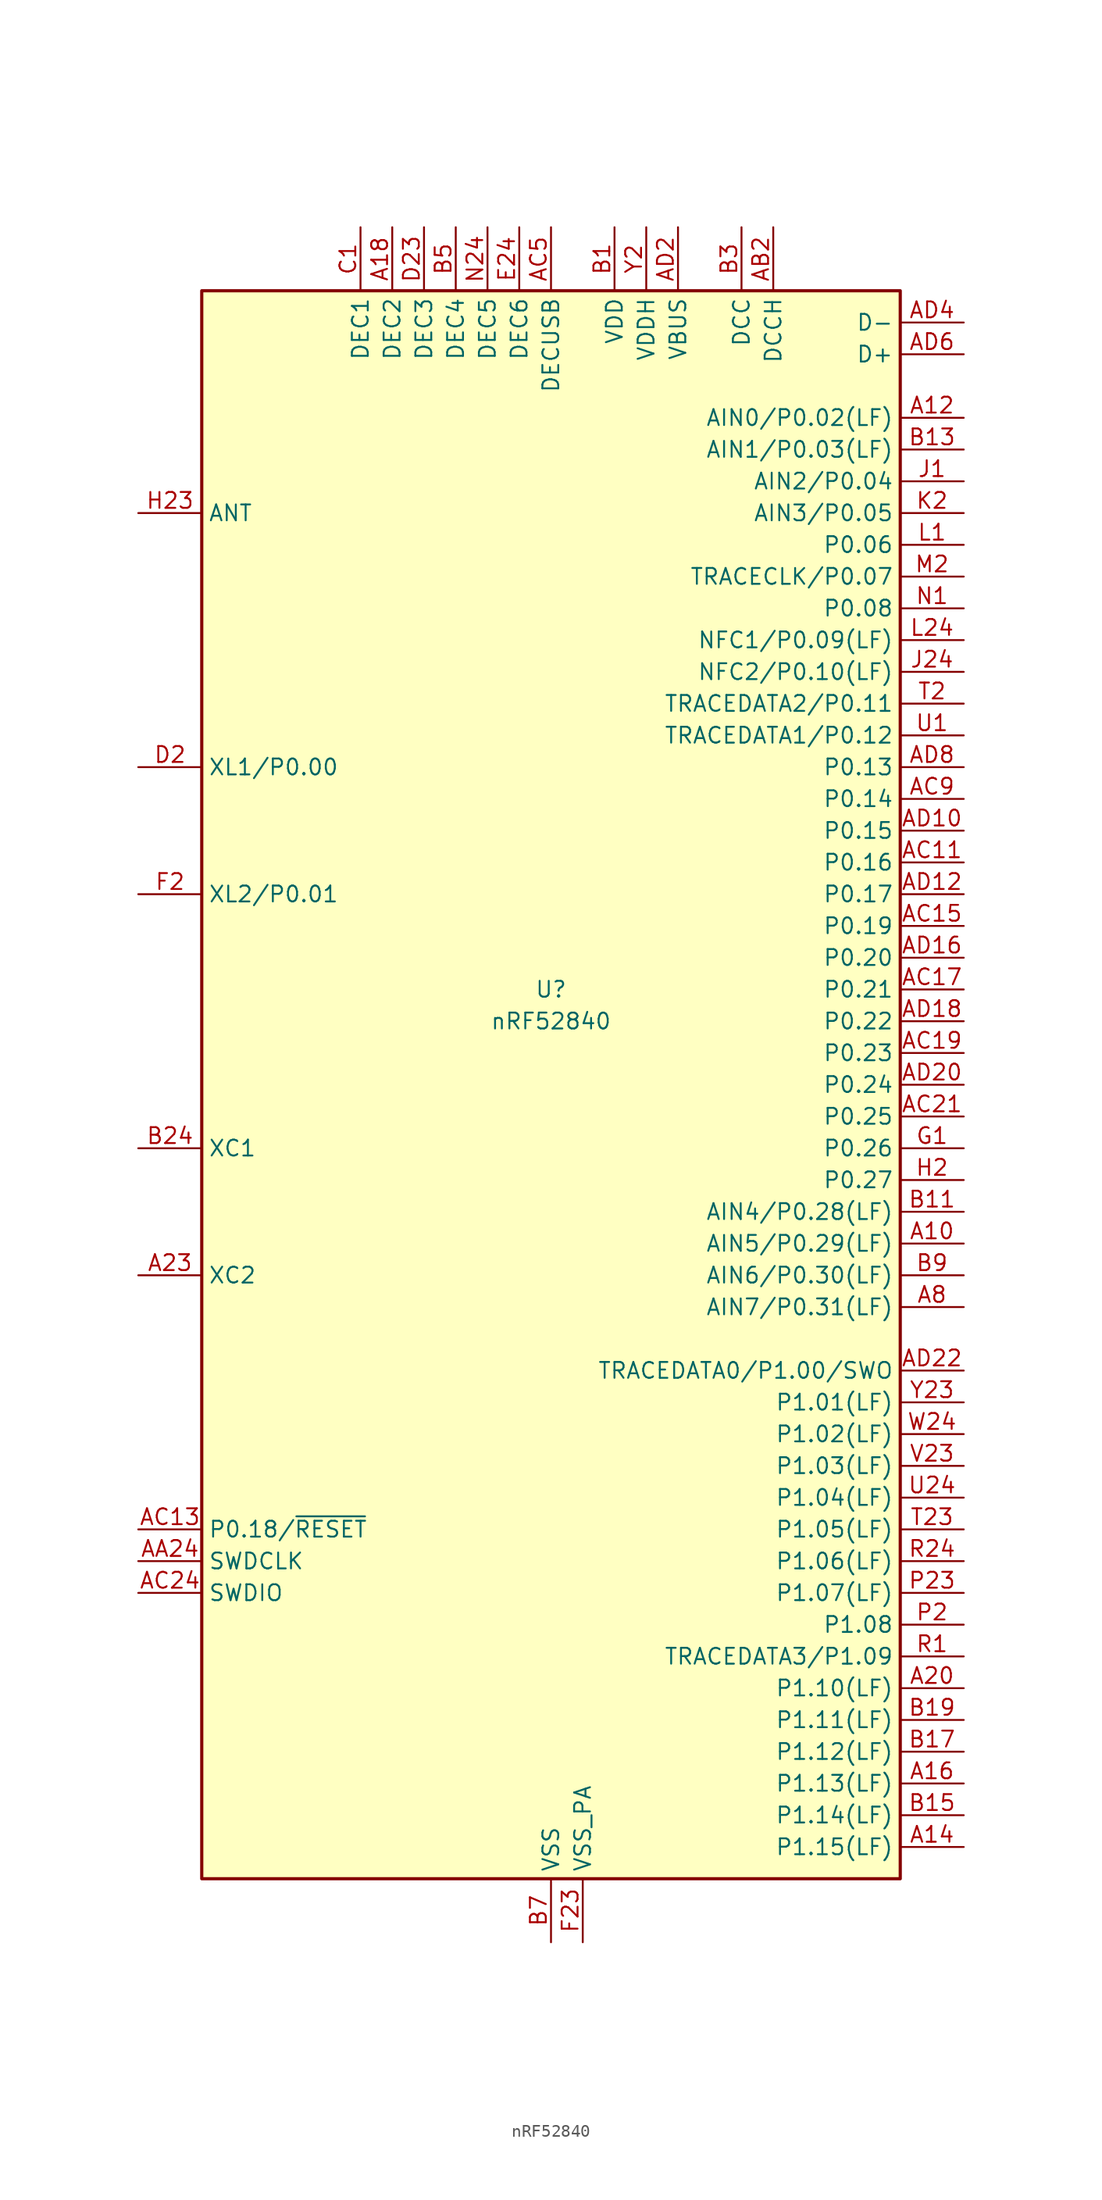
<source format=kicad_sym>
(kicad_symbol_lib
  (version 20220914)
  (generator kicad_symbol_editor)
  (symbol "nRF52840"
    (property "Reference" "U"
      (at 0 7.62 0)
      (effects (font (size 1.27 1.27))))
    (property "Value" "nRF52840"
      (at 0 5.08 0)
      (effects (font (size 1.27 1.27))))
    (symbol "nRF52840_0_1"
      (rectangle (start -27.94 63.5) (end 27.94 -63.5) (stroke (width 0.254) (type default)) (fill (type background))))
    (symbol "nRF52840_1_1"
      (pin bidirectional line (at 33.02 -12.7 180) (length 5.08) (name "AIN5/P0.29(LF)" (effects (font (size 1.27 1.27)))) (number "A10" (effects (font (size 1.27 1.27)))))
      (pin bidirectional line (at 33.02 53.34 180) (length 5.08) (name "AIN0/P0.02(LF)" (effects (font (size 1.27 1.27)))) (number "A12" (effects (font (size 1.27 1.27)))))
      (pin bidirectional line (at 33.02 -60.96 180) (length 5.08) (name "P1.15(LF)" (effects (font (size 1.27 1.27)))) (number "A14" (effects (font (size 1.27 1.27)))))
      (pin bidirectional line (at 33.02 -55.88 180) (length 5.08) (name "P1.13(LF)" (effects (font (size 1.27 1.27)))) (number "A16" (effects (font (size 1.27 1.27)))))
      (pin passive line (at -12.7 68.58 270) (length 5.08) (name "DEC2" (effects (font (size 1.27 1.27)))) (number "A18" (effects (font (size 1.27 1.27)))))
      (pin bidirectional line (at 33.02 -48.26 180) (length 5.08) (name "P1.10(LF)" (effects (font (size 1.27 1.27)))) (number "A20" (effects (font (size 1.27 1.27)))))
      (pin passive line (at 5.08 68.58 270) (length 5.08) hide (name "VDD" (effects (font (size 1.27 1.27)))) (number "A22" (effects (font (size 1.27 1.27)))))
      (pin input line (at -33.02 -15.24 0) (length 5.08) (name "XC2" (effects (font (size 1.27 1.27)))) (number "A23" (effects (font (size 1.27 1.27)))))
      (pin bidirectional line (at 33.02 -17.78 180) (length 5.08) (name "AIN7/P0.31(LF)" (effects (font (size 1.27 1.27)))) (number "A8" (effects (font (size 1.27 1.27)))))
      (pin input line (at -33.02 -38.1 0) (length 5.08) (name "SWDCLK" (effects (font (size 1.27 1.27)))) (number "AA24" (effects (font (size 1.27 1.27)))))
      (pin power_out line (at 17.78 68.58 270) (length 5.08) (name "DCCH" (effects (font (size 1.27 1.27)))) (number "AB2" (effects (font (size 1.27 1.27)))))
      (pin bidirectional line (at 33.02 17.78 180) (length 5.08) (name "P0.16" (effects (font (size 1.27 1.27)))) (number "AC11" (effects (font (size 1.27 1.27)))))
      (pin bidirectional line (at -33.02 -35.56 0) (length 5.08) (name "P0.18/~{RESET}" (effects (font (size 1.27 1.27)))) (number "AC13" (effects (font (size 1.27 1.27)))))
      (pin bidirectional line (at 33.02 12.7 180) (length 5.08) (name "P0.19" (effects (font (size 1.27 1.27)))) (number "AC15" (effects (font (size 1.27 1.27)))))
      (pin bidirectional line (at 33.02 7.62 180) (length 5.08) (name "P0.21" (effects (font (size 1.27 1.27)))) (number "AC17" (effects (font (size 1.27 1.27)))))
      (pin bidirectional line (at 33.02 2.54 180) (length 5.08) (name "P0.23" (effects (font (size 1.27 1.27)))) (number "AC19" (effects (font (size 1.27 1.27)))))
      (pin bidirectional line (at 33.02 -2.54 180) (length 5.08) (name "P0.25" (effects (font (size 1.27 1.27)))) (number "AC21" (effects (font (size 1.27 1.27)))))
      (pin bidirectional line (at -33.02 -40.64 0) (length 5.08) (name "SWDIO" (effects (font (size 1.27 1.27)))) (number "AC24" (effects (font (size 1.27 1.27)))))
      (pin passive line (at 0 68.58 270) (length 5.08) (name "DECUSB" (effects (font (size 1.27 1.27)))) (number "AC5" (effects (font (size 1.27 1.27)))))
      (pin bidirectional line (at 33.02 22.86 180) (length 5.08) (name "P0.14" (effects (font (size 1.27 1.27)))) (number "AC9" (effects (font (size 1.27 1.27)))))
      (pin bidirectional line (at 33.02 20.32 180) (length 5.08) (name "P0.15" (effects (font (size 1.27 1.27)))) (number "AD10" (effects (font (size 1.27 1.27)))))
      (pin bidirectional line (at 33.02 15.24 180) (length 5.08) (name "P0.17" (effects (font (size 1.27 1.27)))) (number "AD12" (effects (font (size 1.27 1.27)))))
      (pin passive line (at 5.08 68.58 270) (length 5.08) hide (name "VDD" (effects (font (size 1.27 1.27)))) (number "AD14" (effects (font (size 1.27 1.27)))))
      (pin bidirectional line (at 33.02 10.16 180) (length 5.08) (name "P0.20" (effects (font (size 1.27 1.27)))) (number "AD16" (effects (font (size 1.27 1.27)))))
      (pin bidirectional line (at 33.02 5.08 180) (length 5.08) (name "P0.22" (effects (font (size 1.27 1.27)))) (number "AD18" (effects (font (size 1.27 1.27)))))
      (pin power_in line (at 10.16 68.58 270) (length 5.08) (name "VBUS" (effects (font (size 1.27 1.27)))) (number "AD2" (effects (font (size 1.27 1.27)))))
      (pin bidirectional line (at 33.02 0 180) (length 5.08) (name "P0.24" (effects (font (size 1.27 1.27)))) (number "AD20" (effects (font (size 1.27 1.27)))))
      (pin bidirectional line (at 33.02 -22.86 180) (length 5.08) (name "TRACEDATA0/P1.00/SWO" (effects (font (size 1.27 1.27)))) (number "AD22" (effects (font (size 1.27 1.27)))))
      (pin passive line (at 5.08 68.58 270) (length 5.08) hide (name "VDD" (effects (font (size 1.27 1.27)))) (number "AD23" (effects (font (size 1.27 1.27)))))
      (pin bidirectional line (at 33.02 60.96 180) (length 5.08) (name "D-" (effects (font (size 1.27 1.27)))) (number "AD4" (effects (font (size 1.27 1.27)))))
      (pin bidirectional line (at 33.02 58.42 180) (length 5.08) (name "D+" (effects (font (size 1.27 1.27)))) (number "AD6" (effects (font (size 1.27 1.27)))))
      (pin bidirectional line (at 33.02 25.4 180) (length 5.08) (name "P0.13" (effects (font (size 1.27 1.27)))) (number "AD8" (effects (font (size 1.27 1.27)))))
      (pin power_in line (at 5.08 68.58 270) (length 5.08) (name "VDD" (effects (font (size 1.27 1.27)))) (number "B1" (effects (font (size 1.27 1.27)))))
      (pin bidirectional line (at 33.02 -10.16 180) (length 5.08) (name "AIN4/P0.28(LF)" (effects (font (size 1.27 1.27)))) (number "B11" (effects (font (size 1.27 1.27)))))
      (pin bidirectional line (at 33.02 50.8 180) (length 5.08) (name "AIN1/P0.03(LF)" (effects (font (size 1.27 1.27)))) (number "B13" (effects (font (size 1.27 1.27)))))
      (pin bidirectional line (at 33.02 -58.42 180) (length 5.08) (name "P1.14(LF)" (effects (font (size 1.27 1.27)))) (number "B15" (effects (font (size 1.27 1.27)))))
      (pin bidirectional line (at 33.02 -53.34 180) (length 5.08) (name "P1.12(LF)" (effects (font (size 1.27 1.27)))) (number "B17" (effects (font (size 1.27 1.27)))))
      (pin bidirectional line (at 33.02 -50.8 180) (length 5.08) (name "P1.11(LF)" (effects (font (size 1.27 1.27)))) (number "B19" (effects (font (size 1.27 1.27)))))
      (pin input line (at -33.02 -5.08 0) (length 5.08) (name "XC1" (effects (font (size 1.27 1.27)))) (number "B24" (effects (font (size 1.27 1.27)))))
      (pin power_out line (at 15.24 68.58 270) (length 5.08) (name "DCC" (effects (font (size 1.27 1.27)))) (number "B3" (effects (font (size 1.27 1.27)))))
      (pin passive line (at -7.62 68.58 270) (length 5.08) (name "DEC4" (effects (font (size 1.27 1.27)))) (number "B5" (effects (font (size 1.27 1.27)))))
      (pin power_in line (at 0 -68.58 90) (length 5.08) (name "VSS" (effects (font (size 1.27 1.27)))) (number "B7" (effects (font (size 1.27 1.27)))))
      (pin bidirectional line (at 33.02 -15.24 180) (length 5.08) (name "AIN6/P0.30(LF)" (effects (font (size 1.27 1.27)))) (number "B9" (effects (font (size 1.27 1.27)))))
      (pin passive line (at -15.24 68.58 270) (length 5.08) (name "DEC1" (effects (font (size 1.27 1.27)))) (number "C1" (effects (font (size 1.27 1.27)))))
      (pin bidirectional line (at -33.02 25.4 0) (length 5.08) (name "XL1/P0.00" (effects (font (size 1.27 1.27)))) (number "D2" (effects (font (size 1.27 1.27)))))
      (pin passive line (at -10.16 68.58 270) (length 5.08) (name "DEC3" (effects (font (size 1.27 1.27)))) (number "D23" (effects (font (size 1.27 1.27)))))
      (pin passive line (at -2.54 68.58 270) (length 5.08) (name "DEC6" (effects (font (size 1.27 1.27)))) (number "E24" (effects (font (size 1.27 1.27)))))
      (pin passive line (at 0 -68.58 90) (length 5.08) hide (name "VSS" (effects (font (size 1.27 1.27)))) (number "EP" (effects (font (size 1.27 1.27)))))
      (pin bidirectional line (at -33.02 15.24 0) (length 5.08) (name "XL2/P0.01" (effects (font (size 1.27 1.27)))) (number "F2" (effects (font (size 1.27 1.27)))))
      (pin power_in line (at 2.54 -68.58 90) (length 5.08) (name "VSS_PA" (effects (font (size 1.27 1.27)))) (number "F23" (effects (font (size 1.27 1.27)))))
      (pin bidirectional line (at 33.02 -5.08 180) (length 5.08) (name "P0.26" (effects (font (size 1.27 1.27)))) (number "G1" (effects (font (size 1.27 1.27)))))
      (pin bidirectional line (at 33.02 -7.62 180) (length 5.08) (name "P0.27" (effects (font (size 1.27 1.27)))) (number "H2" (effects (font (size 1.27 1.27)))))
      (pin passive line (at -33.02 45.72 0) (length 5.08) (name "ANT" (effects (font (size 1.27 1.27)))) (number "H23" (effects (font (size 1.27 1.27)))))
      (pin bidirectional line (at 33.02 48.26 180) (length 5.08) (name "AIN2/P0.04" (effects (font (size 1.27 1.27)))) (number "J1" (effects (font (size 1.27 1.27)))))
      (pin bidirectional line (at 33.02 33.02 180) (length 5.08) (name "NFC2/P0.10(LF)" (effects (font (size 1.27 1.27)))) (number "J24" (effects (font (size 1.27 1.27)))))
      (pin bidirectional line (at 33.02 45.72 180) (length 5.08) (name "AIN3/P0.05" (effects (font (size 1.27 1.27)))) (number "K2" (effects (font (size 1.27 1.27)))))
      (pin bidirectional line (at 33.02 43.18 180) (length 5.08) (name "P0.06" (effects (font (size 1.27 1.27)))) (number "L1" (effects (font (size 1.27 1.27)))))
      (pin bidirectional line (at 33.02 35.56 180) (length 5.08) (name "NFC1/P0.09(LF)" (effects (font (size 1.27 1.27)))) (number "L24" (effects (font (size 1.27 1.27)))))
      (pin bidirectional line (at 33.02 40.64 180) (length 5.08) (name "TRACECLK/P0.07" (effects (font (size 1.27 1.27)))) (number "M2" (effects (font (size 1.27 1.27)))))
      (pin bidirectional line (at 33.02 38.1 180) (length 5.08) (name "P0.08" (effects (font (size 1.27 1.27)))) (number "N1" (effects (font (size 1.27 1.27)))))
      (pin passive line (at -5.08 68.58 270) (length 5.08) (name "DEC5" (effects (font (size 1.27 1.27)))) (number "N24" (effects (font (size 1.27 1.27)))))
      (pin bidirectional line (at 33.02 -43.18 180) (length 5.08) (name "P1.08" (effects (font (size 1.27 1.27)))) (number "P2" (effects (font (size 1.27 1.27)))))
      (pin bidirectional line (at 33.02 -40.64 180) (length 5.08) (name "P1.07(LF)" (effects (font (size 1.27 1.27)))) (number "P23" (effects (font (size 1.27 1.27)))))
      (pin bidirectional line (at 33.02 -45.72 180) (length 5.08) (name "TRACEDATA3/P1.09" (effects (font (size 1.27 1.27)))) (number "R1" (effects (font (size 1.27 1.27)))))
      (pin bidirectional line (at 33.02 -38.1 180) (length 5.08) (name "P1.06(LF)" (effects (font (size 1.27 1.27)))) (number "R24" (effects (font (size 1.27 1.27)))))
      (pin bidirectional line (at 33.02 30.48 180) (length 5.08) (name "TRACEDATA2/P0.11" (effects (font (size 1.27 1.27)))) (number "T2" (effects (font (size 1.27 1.27)))))
      (pin bidirectional line (at 33.02 -35.56 180) (length 5.08) (name "P1.05(LF)" (effects (font (size 1.27 1.27)))) (number "T23" (effects (font (size 1.27 1.27)))))
      (pin bidirectional line (at 33.02 27.94 180) (length 5.08) (name "TRACEDATA1/P0.12" (effects (font (size 1.27 1.27)))) (number "U1" (effects (font (size 1.27 1.27)))))
      (pin bidirectional line (at 33.02 -33.02 180) (length 5.08) (name "P1.04(LF)" (effects (font (size 1.27 1.27)))) (number "U24" (effects (font (size 1.27 1.27)))))
      (pin bidirectional line (at 33.02 -30.48 180) (length 5.08) (name "P1.03(LF)" (effects (font (size 1.27 1.27)))) (number "V23" (effects (font (size 1.27 1.27)))))
      (pin passive line (at 5.08 68.58 270) (length 5.08) hide (name "VDD" (effects (font (size 1.27 1.27)))) (number "W1" (effects (font (size 1.27 1.27)))))
      (pin bidirectional line (at 33.02 -27.94 180) (length 5.08) (name "P1.02(LF)" (effects (font (size 1.27 1.27)))) (number "W24" (effects (font (size 1.27 1.27)))))
      (pin power_in line (at 7.62 68.58 270) (length 5.08) (name "VDDH" (effects (font (size 1.27 1.27)))) (number "Y2" (effects (font (size 1.27 1.27)))))
      (pin bidirectional line (at 33.02 -25.4 180) (length 5.08) (name "P1.01(LF)" (effects (font (size 1.27 1.27)))) (number "Y23" (effects (font (size 1.27 1.27))))))))
</source>
